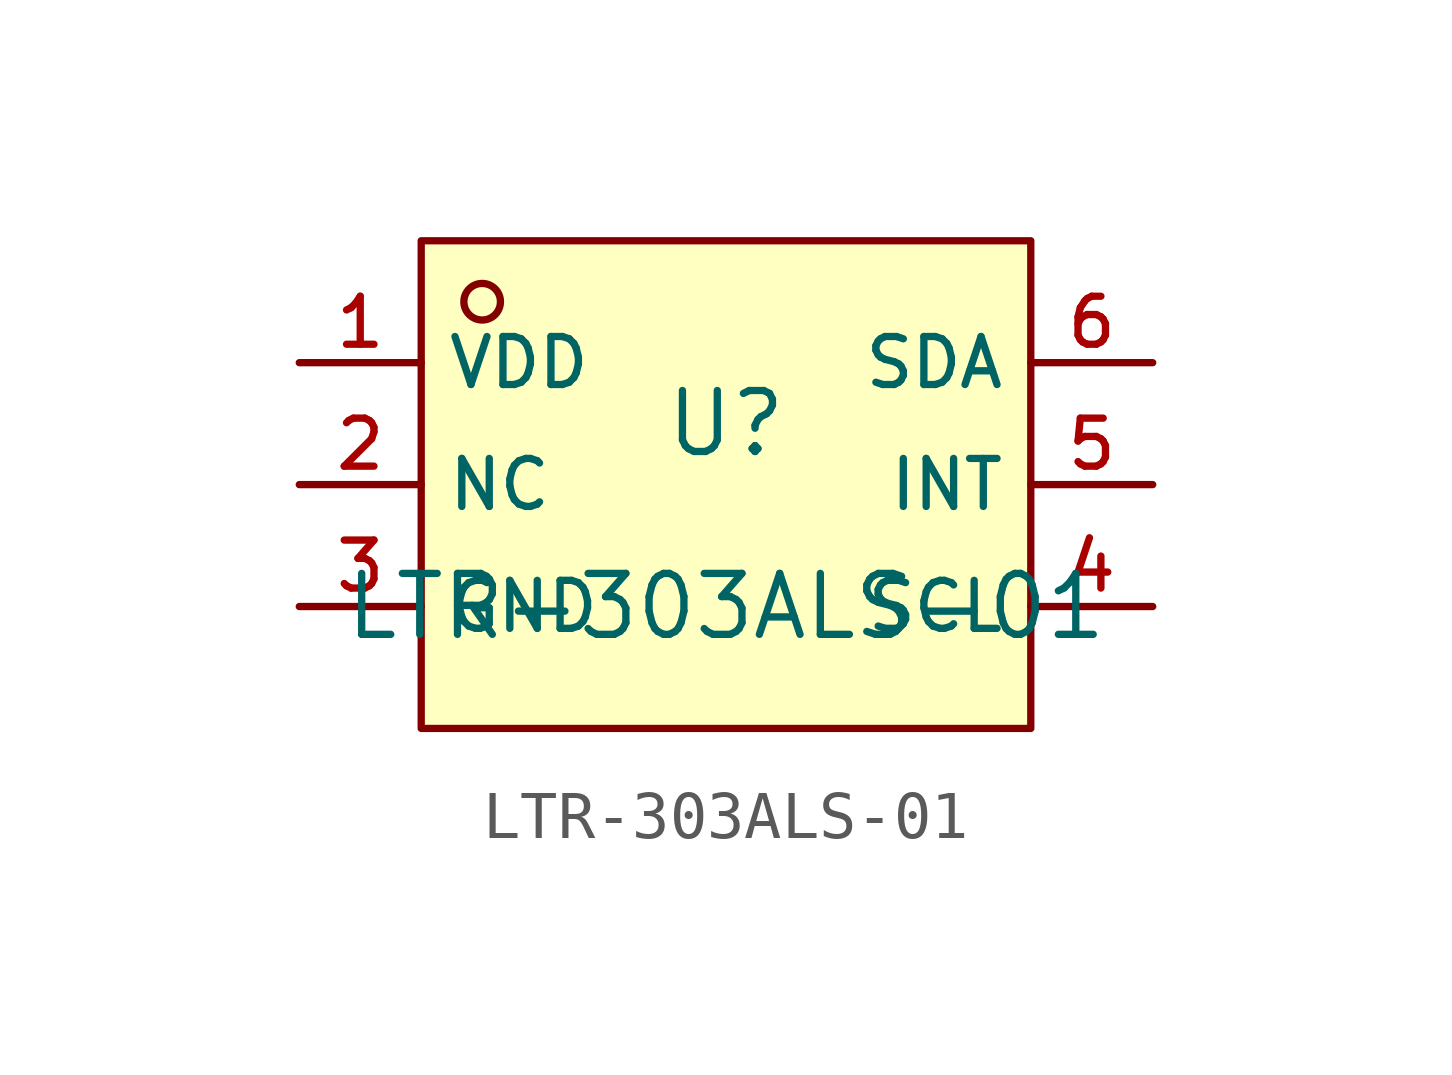
<source format=kicad_sym>
(kicad_symbol_lib
  (version 20210201)
  (generator TousstNicolas/JLC2KiCad_lib)
  (symbol "LTR-303ALS-01"
    (property "Reference" "U"
      (at 0 1.27 0)
      (effects (font (size 1.27 1.27))))
    (property "Value" "LTR-303ALS-01"
      (at 0 -2.54 0)
      (effects (font (size 1.27 1.27))))
    (symbol "LTR-303ALS-01_0_1"
      (rectangle (start -6.35 5.08) (end 6.35 -5.08) (stroke (width 0) (type default) (color 0 0 0 0)) (fill (type background)))
      (circle (center -5.08 3.81) (radius 0.381) (stroke (width 0) (type default) (color 0 0 0 0)) (fill (type background)))
      (pin unspecified line (at -8.89 2.54 0) (length 2.54) (name "VDD" (effects (font (size 1 1)))) (number "1" (effects (font (size 1 1)))))
      (pin unspecified line (at -8.89 -0.0 0) (length 2.54) (name "NC" (effects (font (size 1 1)))) (number "2" (effects (font (size 1 1)))))
      (pin unspecified line (at -8.89 -2.54 0) (length 2.54) (name "GND" (effects (font (size 1 1)))) (number "3" (effects (font (size 1 1)))))
      (pin unspecified line (at 8.89 -2.54 180) (length 2.54) (name "SCL" (effects (font (size 1 1)))) (number "4" (effects (font (size 1 1)))))
      (pin unspecified line (at 8.89 -0.0 180) (length 2.54) (name "INT" (effects (font (size 1 1)))) (number "5" (effects (font (size 1 1)))))
      (pin unspecified line (at 8.89 2.54 180) (length 2.54) (name "SDA" (effects (font (size 1 1)))) (number "6" (effects (font (size 1 1))))))))
</source>
